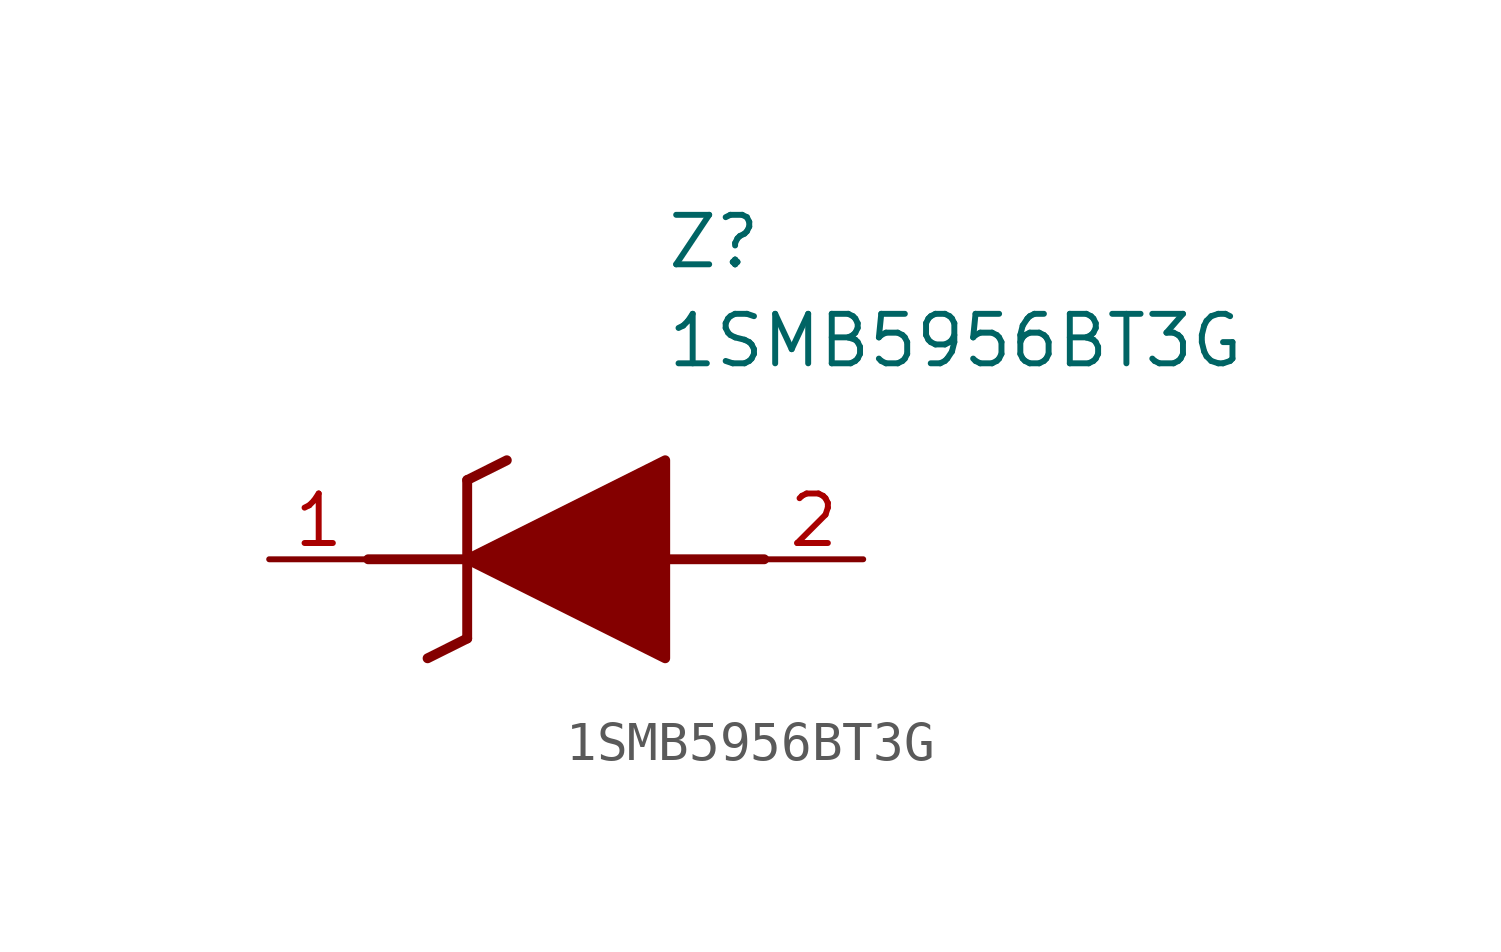
<source format=kicad_sym>
(kicad_symbol_lib
  (version 20211014)
  (generator SamacSys_ECAD_Model)
  (symbol "1SMB5956BT3G"
    (pin_names hide)
    (property "Reference" "Z"
      (at 10.16 8.89 0)
      (effects (font (size 1.27 1.27)) (justify left top)))
    (property "Value" "1SMB5956BT3G"
      (at 10.16 6.35 0)
      (effects (font (size 1.27 1.27)) (justify left top)))
    (polyline
      (pts (xy 5.08 2.032) (xy 5.08 -2.032))
      (stroke (width 0.254) (type default))
      (fill (type none)))
    (polyline
      (pts (xy 5.08 2.032) (xy 6.096 2.54))
      (stroke (width 0.254) (type default))
      (fill (type none)))
    (polyline
      (pts (xy 4.064 -2.54) (xy 5.08 -2.032))
      (stroke (width 0.254) (type default))
      (fill (type none)))
    (polyline
      (pts (xy 2.54 0) (xy 5.08 0))
      (stroke (width 0.254) (type default))
      (fill (type none)))
    (polyline
      (pts (xy 12.7 0) (xy 10.16 0))
      (stroke (width 0.254) (type default))
      (fill (type none)))
    (polyline
      (pts (xy 5.08 0) (xy 10.16 2.54) (xy 10.16 -2.54) (xy 5.08 0))
      (stroke (width 0.254) (type default))
      (fill (type outline)))
    (pin passive line
      (at 0 0 0)
      (length 2.54)
      (name "K" (effects (font (size 1.27 1.27))))
      (number "1" (effects (font (size 1.27 1.27)))))
    (pin passive line
      (at 15.24 0 180)
      (length 2.54)
      (name "A" (effects (font (size 1.27 1.27))))
      (number "2" (effects (font (size 1.27 1.27)))))))
</source>
